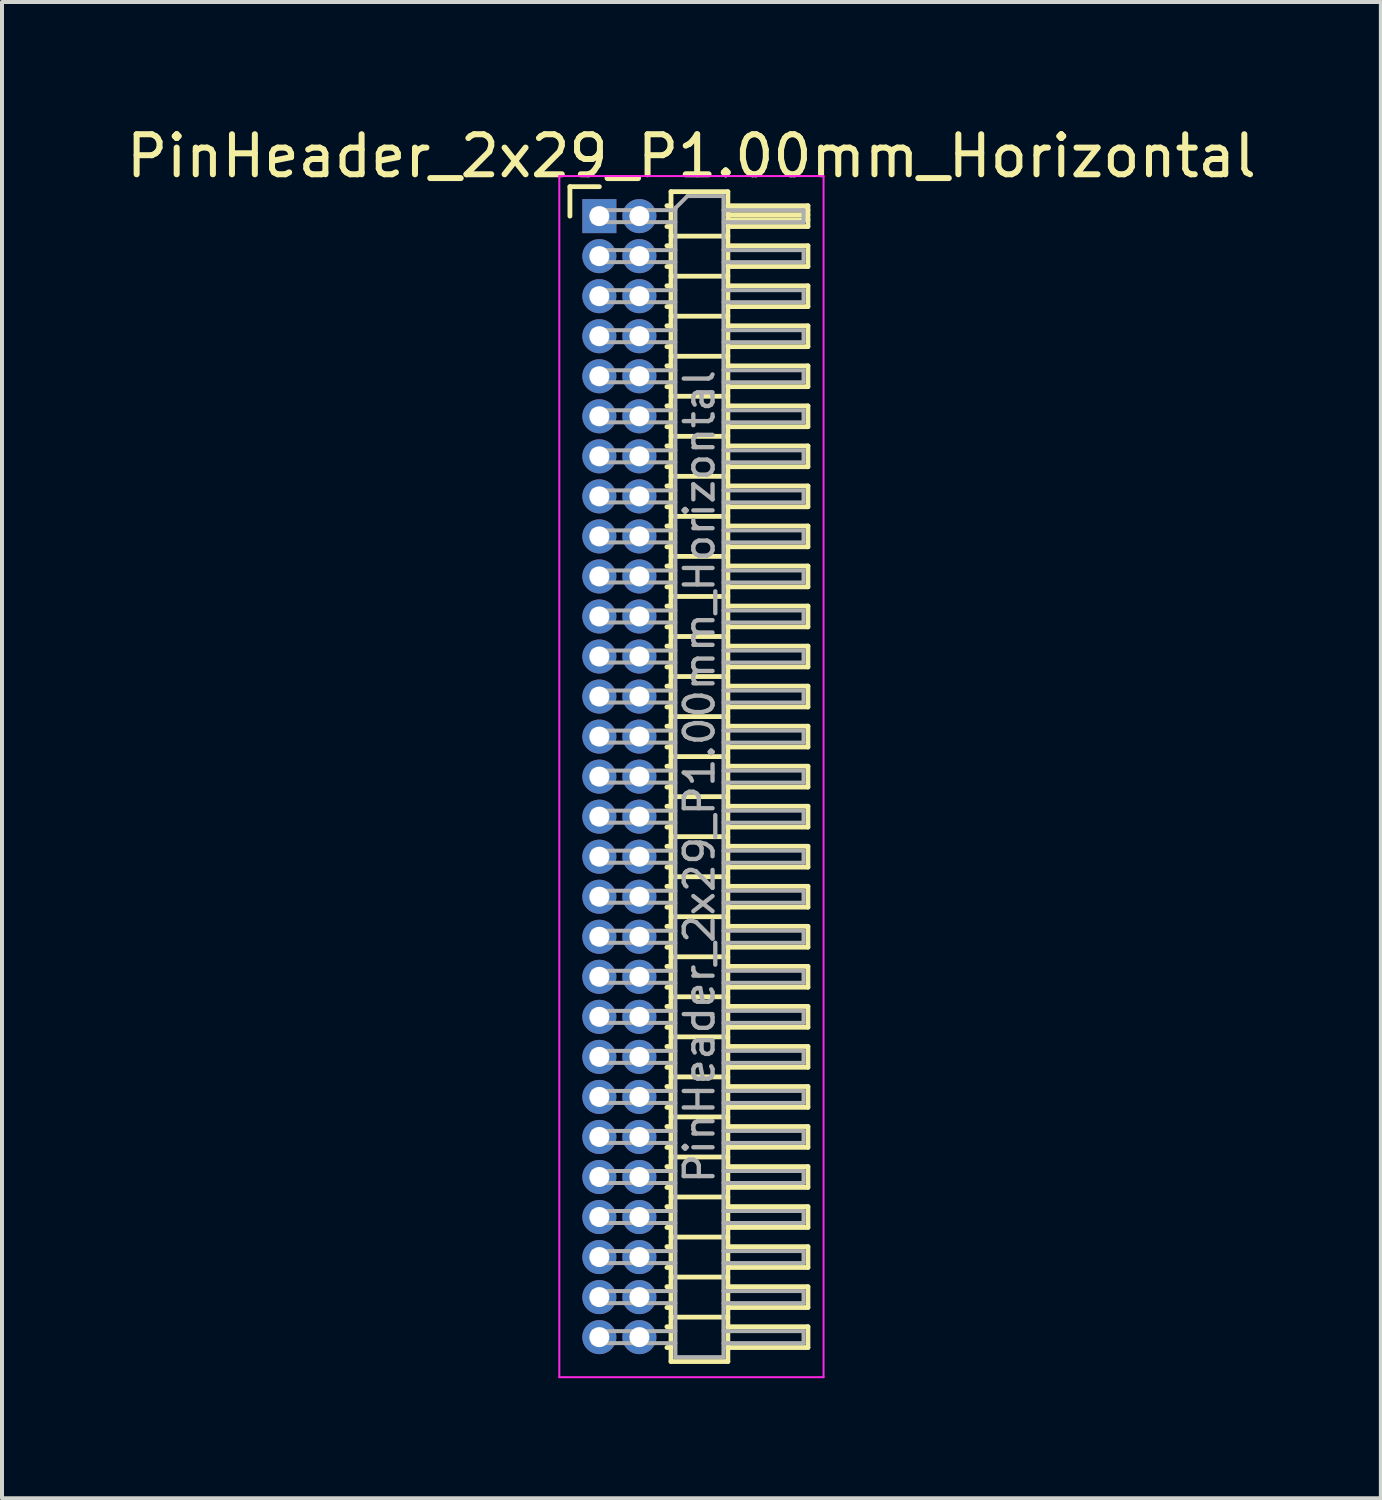
<source format=kicad_pcb>
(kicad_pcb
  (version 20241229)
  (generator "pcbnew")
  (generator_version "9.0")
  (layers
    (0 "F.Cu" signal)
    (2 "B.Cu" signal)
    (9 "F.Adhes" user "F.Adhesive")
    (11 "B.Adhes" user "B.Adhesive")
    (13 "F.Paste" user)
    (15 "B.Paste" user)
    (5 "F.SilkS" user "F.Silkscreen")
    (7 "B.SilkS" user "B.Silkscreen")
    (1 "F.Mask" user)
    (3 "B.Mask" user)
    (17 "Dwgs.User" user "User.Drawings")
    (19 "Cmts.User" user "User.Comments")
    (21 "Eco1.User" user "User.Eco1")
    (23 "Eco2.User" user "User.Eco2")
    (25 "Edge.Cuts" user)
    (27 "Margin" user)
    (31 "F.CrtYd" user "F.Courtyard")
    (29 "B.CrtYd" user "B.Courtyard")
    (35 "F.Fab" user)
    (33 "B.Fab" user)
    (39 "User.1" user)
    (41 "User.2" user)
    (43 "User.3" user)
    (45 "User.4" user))
  (footprint "PinHeader_2x29_P1.00mm_Horizontal"
    (layer "F.Cu")
    (at 11.92 2.348)
    (property "Reference" "PinHeader_2x29_P1.00mm_Horizontal" (at 2.3 -1.5 0) (layer "F.SilkS") (effects (font (size 1 1) (thickness 0.15))))
    (attr through_hole)
    (fp_line (start -0.735 -0.735) (end 0 -0.735) (stroke (width 0.12) (type solid)) (layer "F.SilkS"))
    (fp_line (start -0.735 0) (end -0.735 -0.735) (stroke (width 0.12) (type solid)) (layer "F.SilkS"))
    (fp_line (start 1.687 -0.26) (end 1.79 -0.26) (stroke (width 0.12) (type solid)) (layer "F.SilkS"))
    (fp_line (start 1.687 0.26) (end 1.79 0.26) (stroke (width 0.12) (type solid)) (layer "F.SilkS"))
    (fp_line (start 1.687 0.74) (end 1.79 0.74) (stroke (width 0.12) (type solid)) (layer "F.SilkS"))
    (fp_line (start 1.687 1.26) (end 1.79 1.26) (stroke (width 0.12) (type solid)) (layer "F.SilkS"))
    (fp_line (start 1.687 1.74) (end 1.79 1.74) (stroke (width 0.12) (type solid)) (layer "F.SilkS"))
    (fp_line (start 1.687 2.26) (end 1.79 2.26) (stroke (width 0.12) (type solid)) (layer "F.SilkS"))
    (fp_line (start 1.687 2.74) (end 1.79 2.74) (stroke (width 0.12) (type solid)) (layer "F.SilkS"))
    (fp_line (start 1.687 3.26) (end 1.79 3.26) (stroke (width 0.12) (type solid)) (layer "F.SilkS"))
    (fp_line (start 1.687 3.74) (end 1.79 3.74) (stroke (width 0.12) (type solid)) (layer "F.SilkS"))
    (fp_line (start 1.687 4.26) (end 1.79 4.26) (stroke (width 0.12) (type solid)) (layer "F.SilkS"))
    (fp_line (start 1.687 4.74) (end 1.79 4.74) (stroke (width 0.12) (type solid)) (layer "F.SilkS"))
    (fp_line (start 1.687 5.26) (end 1.79 5.26) (stroke (width 0.12) (type solid)) (layer "F.SilkS"))
    (fp_line (start 1.687 5.74) (end 1.79 5.74) (stroke (width 0.12) (type solid)) (layer "F.SilkS"))
    (fp_line (start 1.687 6.26) (end 1.79 6.26) (stroke (width 0.12) (type solid)) (layer "F.SilkS"))
    (fp_line (start 1.687 6.74) (end 1.79 6.74) (stroke (width 0.12) (type solid)) (layer "F.SilkS"))
    (fp_line (start 1.687 7.26) (end 1.79 7.26) (stroke (width 0.12) (type solid)) (layer "F.SilkS"))
    (fp_line (start 1.687 7.74) (end 1.79 7.74) (stroke (width 0.12) (type solid)) (layer "F.SilkS"))
    (fp_line (start 1.687 8.26) (end 1.79 8.26) (stroke (width 0.12) (type solid)) (layer "F.SilkS"))
    (fp_line (start 1.687 8.74) (end 1.79 8.74) (stroke (width 0.12) (type solid)) (layer "F.SilkS"))
    (fp_line (start 1.687 9.26) (end 1.79 9.26) (stroke (width 0.12) (type solid)) (layer "F.SilkS"))
    (fp_line (start 1.687 9.74) (end 1.79 9.74) (stroke (width 0.12) (type solid)) (layer "F.SilkS"))
    (fp_line (start 1.687 10.26) (end 1.79 10.26) (stroke (width 0.12) (type solid)) (layer "F.SilkS"))
    (fp_line (start 1.687 10.74) (end 1.79 10.74) (stroke (width 0.12) (type solid)) (layer "F.SilkS"))
    (fp_line (start 1.687 11.26) (end 1.79 11.26) (stroke (width 0.12) (type solid)) (layer "F.SilkS"))
    (fp_line (start 1.687 11.74) (end 1.79 11.74) (stroke (width 0.12) (type solid)) (layer "F.SilkS"))
    (fp_line (start 1.687 12.26) (end 1.79 12.26) (stroke (width 0.12) (type solid)) (layer "F.SilkS"))
    (fp_line (start 1.687 12.74) (end 1.79 12.74) (stroke (width 0.12) (type solid)) (layer "F.SilkS"))
    (fp_line (start 1.687 13.26) (end 1.79 13.26) (stroke (width 0.12) (type solid)) (layer "F.SilkS"))
    (fp_line (start 1.687 13.74) (end 1.79 13.74) (stroke (width 0.12) (type solid)) (layer "F.SilkS"))
    (fp_line (start 1.687 14.26) (end 1.79 14.26) (stroke (width 0.12) (type solid)) (layer "F.SilkS"))
    (fp_line (start 1.687 14.74) (end 1.79 14.74) (stroke (width 0.12) (type solid)) (layer "F.SilkS"))
    (fp_line (start 1.687 15.26) (end 1.79 15.26) (stroke (width 0.12) (type solid)) (layer "F.SilkS"))
    (fp_line (start 1.687 15.74) (end 1.79 15.74) (stroke (width 0.12) (type solid)) (layer "F.SilkS"))
    (fp_line (start 1.687 16.26) (end 1.79 16.26) (stroke (width 0.12) (type solid)) (layer "F.SilkS"))
    (fp_line (start 1.687 16.74) (end 1.79 16.74) (stroke (width 0.12) (type solid)) (layer "F.SilkS"))
    (fp_line (start 1.687 17.26) (end 1.79 17.26) (stroke (width 0.12) (type solid)) (layer "F.SilkS"))
    (fp_line (start 1.687 17.74) (end 1.79 17.74) (stroke (width 0.12) (type solid)) (layer "F.SilkS"))
    (fp_line (start 1.687 18.26) (end 1.79 18.26) (stroke (width 0.12) (type solid)) (layer "F.SilkS"))
    (fp_line (start 1.687 18.74) (end 1.79 18.74) (stroke (width 0.12) (type solid)) (layer "F.SilkS"))
    (fp_line (start 1.687 19.26) (end 1.79 19.26) (stroke (width 0.12) (type solid)) (layer "F.SilkS"))
    (fp_line (start 1.687 19.74) (end 1.79 19.74) (stroke (width 0.12) (type solid)) (layer "F.SilkS"))
    (fp_line (start 1.687 20.26) (end 1.79 20.26) (stroke (width 0.12) (type solid)) (layer "F.SilkS"))
    (fp_line (start 1.687 20.74) (end 1.79 20.74) (stroke (width 0.12) (type solid)) (layer "F.SilkS"))
    (fp_line (start 1.687 21.26) (end 1.79 21.26) (stroke (width 0.12) (type solid)) (layer "F.SilkS"))
    (fp_line (start 1.687 21.74) (end 1.79 21.74) (stroke (width 0.12) (type solid)) (layer "F.SilkS"))
    (fp_line (start 1.687 22.26) (end 1.79 22.26) (stroke (width 0.12) (type solid)) (layer "F.SilkS"))
    (fp_line (start 1.687 22.74) (end 1.79 22.74) (stroke (width 0.12) (type solid)) (layer "F.SilkS"))
    (fp_line (start 1.687 23.26) (end 1.79 23.26) (stroke (width 0.12) (type solid)) (layer "F.SilkS"))
    (fp_line (start 1.687 23.74) (end 1.79 23.74) (stroke (width 0.12) (type solid)) (layer "F.SilkS"))
    (fp_line (start 1.687 24.26) (end 1.79 24.26) (stroke (width 0.12) (type solid)) (layer "F.SilkS"))
    (fp_line (start 1.687 24.74) (end 1.79 24.74) (stroke (width 0.12) (type solid)) (layer "F.SilkS"))
    (fp_line (start 1.687 25.26) (end 1.79 25.26) (stroke (width 0.12) (type solid)) (layer "F.SilkS"))
    (fp_line (start 1.687 25.74) (end 1.79 25.74) (stroke (width 0.12) (type solid)) (layer "F.SilkS"))
    (fp_line (start 1.687 26.26) (end 1.79 26.26) (stroke (width 0.12) (type solid)) (layer "F.SilkS"))
    (fp_line (start 1.687 26.74) (end 1.79 26.74) (stroke (width 0.12) (type solid)) (layer "F.SilkS"))
    (fp_line (start 1.687 27.26) (end 1.79 27.26) (stroke (width 0.12) (type solid)) (layer "F.SilkS"))
    (fp_line (start 1.687 27.74) (end 1.79 27.74) (stroke (width 0.12) (type solid)) (layer "F.SilkS"))
    (fp_line (start 1.687 28.26) (end 1.79 28.26) (stroke (width 0.12) (type solid)) (layer "F.SilkS"))
    (fp_line (start 1.79 -0.61) (end 1.79 28.61) (stroke (width 0.12) (type solid)) (layer "F.SilkS"))
    (fp_line (start 1.79 0.5) (end 3.21 0.5) (stroke (width 0.12) (type solid)) (layer "F.SilkS"))
    (fp_line (start 1.79 1.5) (end 3.21 1.5) (stroke (width 0.12) (type solid)) (layer "F.SilkS"))
    (fp_line (start 1.79 2.5) (end 3.21 2.5) (stroke (width 0.12) (type solid)) (layer "F.SilkS"))
    (fp_line (start 1.79 3.5) (end 3.21 3.5) (stroke (width 0.12) (type solid)) (layer "F.SilkS"))
    (fp_line (start 1.79 4.5) (end 3.21 4.5) (stroke (width 0.12) (type solid)) (layer "F.SilkS"))
    (fp_line (start 1.79 5.5) (end 3.21 5.5) (stroke (width 0.12) (type solid)) (layer "F.SilkS"))
    (fp_line (start 1.79 6.5) (end 3.21 6.5) (stroke (width 0.12) (type solid)) (layer "F.SilkS"))
    (fp_line (start 1.79 7.5) (end 3.21 7.5) (stroke (width 0.12) (type solid)) (layer "F.SilkS"))
    (fp_line (start 1.79 8.5) (end 3.21 8.5) (stroke (width 0.12) (type solid)) (layer "F.SilkS"))
    (fp_line (start 1.79 9.5) (end 3.21 9.5) (stroke (width 0.12) (type solid)) (layer "F.SilkS"))
    (fp_line (start 1.79 10.5) (end 3.21 10.5) (stroke (width 0.12) (type solid)) (layer "F.SilkS"))
    (fp_line (start 1.79 11.5) (end 3.21 11.5) (stroke (width 0.12) (type solid)) (layer "F.SilkS"))
    (fp_line (start 1.79 12.5) (end 3.21 12.5) (stroke (width 0.12) (type solid)) (layer "F.SilkS"))
    (fp_line (start 1.79 13.5) (end 3.21 13.5) (stroke (width 0.12) (type solid)) (layer "F.SilkS"))
    (fp_line (start 1.79 14.5) (end 3.21 14.5) (stroke (width 0.12) (type solid)) (layer "F.SilkS"))
    (fp_line (start 1.79 15.5) (end 3.21 15.5) (stroke (width 0.12) (type solid)) (layer "F.SilkS"))
    (fp_line (start 1.79 16.5) (end 3.21 16.5) (stroke (width 0.12) (type solid)) (layer "F.SilkS"))
    (fp_line (start 1.79 17.5) (end 3.21 17.5) (stroke (width 0.12) (type solid)) (layer "F.SilkS"))
    (fp_line (start 1.79 18.5) (end 3.21 18.5) (stroke (width 0.12) (type solid)) (layer "F.SilkS"))
    (fp_line (start 1.79 19.5) (end 3.21 19.5) (stroke (width 0.12) (type solid)) (layer "F.SilkS"))
    (fp_line (start 1.79 20.5) (end 3.21 20.5) (stroke (width 0.12) (type solid)) (layer "F.SilkS"))
    (fp_line (start 1.79 21.5) (end 3.21 21.5) (stroke (width 0.12) (type solid)) (layer "F.SilkS"))
    (fp_line (start 1.79 22.5) (end 3.21 22.5) (stroke (width 0.12) (type solid)) (layer "F.SilkS"))
    (fp_line (start 1.79 23.5) (end 3.21 23.5) (stroke (width 0.12) (type solid)) (layer "F.SilkS"))
    (fp_line (start 1.79 24.5) (end 3.21 24.5) (stroke (width 0.12) (type solid)) (layer "F.SilkS"))
    (fp_line (start 1.79 25.5) (end 3.21 25.5) (stroke (width 0.12) (type solid)) (layer "F.SilkS"))
    (fp_line (start 1.79 26.5) (end 3.21 26.5) (stroke (width 0.12) (type solid)) (layer "F.SilkS"))
    (fp_line (start 1.79 27.5) (end 3.21 27.5) (stroke (width 0.12) (type solid)) (layer "F.SilkS"))
    (fp_line (start 1.79 28.61) (end 3.21 28.61) (stroke (width 0.12) (type solid)) (layer "F.SilkS"))
    (fp_line (start 3.21 -0.61) (end 1.79 -0.61) (stroke (width 0.12) (type solid)) (layer "F.SilkS"))
    (fp_line (start 3.21 -0.26) (end 5.21 -0.26) (stroke (width 0.12) (type solid)) (layer "F.SilkS"))
    (fp_line (start 3.21 -0.15) (end 5.21 -0.15) (stroke (width 0.12) (type solid)) (layer "F.SilkS"))
    (fp_line (start 3.21 -0.03) (end 5.21 -0.03) (stroke (width 0.12) (type solid)) (layer "F.SilkS"))
    (fp_line (start 3.21 0.09) (end 5.21 0.09) (stroke (width 0.12) (type solid)) (layer "F.SilkS"))
    (fp_line (start 3.21 0.74) (end 5.21 0.74) (stroke (width 0.12) (type solid)) (layer "F.SilkS"))
    (fp_line (start 3.21 1.74) (end 5.21 1.74) (stroke (width 0.12) (type solid)) (layer "F.SilkS"))
    (fp_line (start 3.21 2.74) (end 5.21 2.74) (stroke (width 0.12) (type solid)) (layer "F.SilkS"))
    (fp_line (start 3.21 3.74) (end 5.21 3.74) (stroke (width 0.12) (type solid)) (layer "F.SilkS"))
    (fp_line (start 3.21 4.74) (end 5.21 4.74) (stroke (width 0.12) (type solid)) (layer "F.SilkS"))
    (fp_line (start 3.21 5.74) (end 5.21 5.74) (stroke (width 0.12) (type solid)) (layer "F.SilkS"))
    (fp_line (start 3.21 6.74) (end 5.21 6.74) (stroke (width 0.12) (type solid)) (layer "F.SilkS"))
    (fp_line (start 3.21 7.74) (end 5.21 7.74) (stroke (width 0.12) (type solid)) (layer "F.SilkS"))
    (fp_line (start 3.21 8.74) (end 5.21 8.74) (stroke (width 0.12) (type solid)) (layer "F.SilkS"))
    (fp_line (start 3.21 9.74) (end 5.21 9.74) (stroke (width 0.12) (type solid)) (layer "F.SilkS"))
    (fp_line (start 3.21 10.74) (end 5.21 10.74) (stroke (width 0.12) (type solid)) (layer "F.SilkS"))
    (fp_line (start 3.21 11.74) (end 5.21 11.74) (stroke (width 0.12) (type solid)) (layer "F.SilkS"))
    (fp_line (start 3.21 12.74) (end 5.21 12.74) (stroke (width 0.12) (type solid)) (layer "F.SilkS"))
    (fp_line (start 3.21 13.74) (end 5.21 13.74) (stroke (width 0.12) (type solid)) (layer "F.SilkS"))
    (fp_line (start 3.21 14.74) (end 5.21 14.74) (stroke (width 0.12) (type solid)) (layer "F.SilkS"))
    (fp_line (start 3.21 15.74) (end 5.21 15.74) (stroke (width 0.12) (type solid)) (layer "F.SilkS"))
    (fp_line (start 3.21 16.74) (end 5.21 16.74) (stroke (width 0.12) (type solid)) (layer "F.SilkS"))
    (fp_line (start 3.21 17.74) (end 5.21 17.74) (stroke (width 0.12) (type solid)) (layer "F.SilkS"))
    (fp_line (start 3.21 18.74) (end 5.21 18.74) (stroke (width 0.12) (type solid)) (layer "F.SilkS"))
    (fp_line (start 3.21 19.74) (end 5.21 19.74) (stroke (width 0.12) (type solid)) (layer "F.SilkS"))
    (fp_line (start 3.21 20.74) (end 5.21 20.74) (stroke (width 0.12) (type solid)) (layer "F.SilkS"))
    (fp_line (start 3.21 21.74) (end 5.21 21.74) (stroke (width 0.12) (type solid)) (layer "F.SilkS"))
    (fp_line (start 3.21 22.74) (end 5.21 22.74) (stroke (width 0.12) (type solid)) (layer "F.SilkS"))
    (fp_line (start 3.21 23.74) (end 5.21 23.74) (stroke (width 0.12) (type solid)) (layer "F.SilkS"))
    (fp_line (start 3.21 24.74) (end 5.21 24.74) (stroke (width 0.12) (type solid)) (layer "F.SilkS"))
    (fp_line (start 3.21 25.74) (end 5.21 25.74) (stroke (width 0.12) (type solid)) (layer "F.SilkS"))
    (fp_line (start 3.21 26.74) (end 5.21 26.74) (stroke (width 0.12) (type solid)) (layer "F.SilkS"))
    (fp_line (start 3.21 27.74) (end 5.21 27.74) (stroke (width 0.12) (type solid)) (layer "F.SilkS"))
    (fp_line (start 3.21 28.61) (end 3.21 -0.61) (stroke (width 0.12) (type solid)) (layer "F.SilkS"))
    (fp_line (start 5.21 -0.26) (end 5.21 0.26) (stroke (width 0.12) (type solid)) (layer "F.SilkS"))
    (fp_line (start 5.21 0.26) (end 3.21 0.26) (stroke (width 0.12) (type solid)) (layer "F.SilkS"))
    (fp_line (start 5.21 0.74) (end 5.21 1.26) (stroke (width 0.12) (type solid)) (layer "F.SilkS"))
    (fp_line (start 5.21 1.26) (end 3.21 1.26) (stroke (width 0.12) (type solid)) (layer "F.SilkS"))
    (fp_line (start 5.21 1.74) (end 5.21 2.26) (stroke (width 0.12) (type solid)) (layer "F.SilkS"))
    (fp_line (start 5.21 2.26) (end 3.21 2.26) (stroke (width 0.12) (type solid)) (layer "F.SilkS"))
    (fp_line (start 5.21 2.74) (end 5.21 3.26) (stroke (width 0.12) (type solid)) (layer "F.SilkS"))
    (fp_line (start 5.21 3.26) (end 3.21 3.26) (stroke (width 0.12) (type solid)) (layer "F.SilkS"))
    (fp_line (start 5.21 3.74) (end 5.21 4.26) (stroke (width 0.12) (type solid)) (layer "F.SilkS"))
    (fp_line (start 5.21 4.26) (end 3.21 4.26) (stroke (width 0.12) (type solid)) (layer "F.SilkS"))
    (fp_line (start 5.21 4.74) (end 5.21 5.26) (stroke (width 0.12) (type solid)) (layer "F.SilkS"))
    (fp_line (start 5.21 5.26) (end 3.21 5.26) (stroke (width 0.12) (type solid)) (layer "F.SilkS"))
    (fp_line (start 5.21 5.74) (end 5.21 6.26) (stroke (width 0.12) (type solid)) (layer "F.SilkS"))
    (fp_line (start 5.21 6.26) (end 3.21 6.26) (stroke (width 0.12) (type solid)) (layer "F.SilkS"))
    (fp_line (start 5.21 6.74) (end 5.21 7.26) (stroke (width 0.12) (type solid)) (layer "F.SilkS"))
    (fp_line (start 5.21 7.26) (end 3.21 7.26) (stroke (width 0.12) (type solid)) (layer "F.SilkS"))
    (fp_line (start 5.21 7.74) (end 5.21 8.26) (stroke (width 0.12) (type solid)) (layer "F.SilkS"))
    (fp_line (start 5.21 8.26) (end 3.21 8.26) (stroke (width 0.12) (type solid)) (layer "F.SilkS"))
    (fp_line (start 5.21 8.74) (end 5.21 9.26) (stroke (width 0.12) (type solid)) (layer "F.SilkS"))
    (fp_line (start 5.21 9.26) (end 3.21 9.26) (stroke (width 0.12) (type solid)) (layer "F.SilkS"))
    (fp_line (start 5.21 9.74) (end 5.21 10.26) (stroke (width 0.12) (type solid)) (layer "F.SilkS"))
    (fp_line (start 5.21 10.26) (end 3.21 10.26) (stroke (width 0.12) (type solid)) (layer "F.SilkS"))
    (fp_line (start 5.21 10.74) (end 5.21 11.26) (stroke (width 0.12) (type solid)) (layer "F.SilkS"))
    (fp_line (start 5.21 11.26) (end 3.21 11.26) (stroke (width 0.12) (type solid)) (layer "F.SilkS"))
    (fp_line (start 5.21 11.74) (end 5.21 12.26) (stroke (width 0.12) (type solid)) (layer "F.SilkS"))
    (fp_line (start 5.21 12.26) (end 3.21 12.26) (stroke (width 0.12) (type solid)) (layer "F.SilkS"))
    (fp_line (start 5.21 12.74) (end 5.21 13.26) (stroke (width 0.12) (type solid)) (layer "F.SilkS"))
    (fp_line (start 5.21 13.26) (end 3.21 13.26) (stroke (width 0.12) (type solid)) (layer "F.SilkS"))
    (fp_line (start 5.21 13.74) (end 5.21 14.26) (stroke (width 0.12) (type solid)) (layer "F.SilkS"))
    (fp_line (start 5.21 14.26) (end 3.21 14.26) (stroke (width 0.12) (type solid)) (layer "F.SilkS"))
    (fp_line (start 5.21 14.74) (end 5.21 15.26) (stroke (width 0.12) (type solid)) (layer "F.SilkS"))
    (fp_line (start 5.21 15.26) (end 3.21 15.26) (stroke (width 0.12) (type solid)) (layer "F.SilkS"))
    (fp_line (start 5.21 15.74) (end 5.21 16.26) (stroke (width 0.12) (type solid)) (layer "F.SilkS"))
    (fp_line (start 5.21 16.26) (end 3.21 16.26) (stroke (width 0.12) (type solid)) (layer "F.SilkS"))
    (fp_line (start 5.21 16.74) (end 5.21 17.26) (stroke (width 0.12) (type solid)) (layer "F.SilkS"))
    (fp_line (start 5.21 17.26) (end 3.21 17.26) (stroke (width 0.12) (type solid)) (layer "F.SilkS"))
    (fp_line (start 5.21 17.74) (end 5.21 18.26) (stroke (width 0.12) (type solid)) (layer "F.SilkS"))
    (fp_line (start 5.21 18.26) (end 3.21 18.26) (stroke (width 0.12) (type solid)) (layer "F.SilkS"))
    (fp_line (start 5.21 18.74) (end 5.21 19.26) (stroke (width 0.12) (type solid)) (layer "F.SilkS"))
    (fp_line (start 5.21 19.26) (end 3.21 19.26) (stroke (width 0.12) (type solid)) (layer "F.SilkS"))
    (fp_line (start 5.21 19.74) (end 5.21 20.26) (stroke (width 0.12) (type solid)) (layer "F.SilkS"))
    (fp_line (start 5.21 20.26) (end 3.21 20.26) (stroke (width 0.12) (type solid)) (layer "F.SilkS"))
    (fp_line (start 5.21 20.74) (end 5.21 21.26) (stroke (width 0.12) (type solid)) (layer "F.SilkS"))
    (fp_line (start 5.21 21.26) (end 3.21 21.26) (stroke (width 0.12) (type solid)) (layer "F.SilkS"))
    (fp_line (start 5.21 21.74) (end 5.21 22.26) (stroke (width 0.12) (type solid)) (layer "F.SilkS"))
    (fp_line (start 5.21 22.26) (end 3.21 22.26) (stroke (width 0.12) (type solid)) (layer "F.SilkS"))
    (fp_line (start 5.21 22.74) (end 5.21 23.26) (stroke (width 0.12) (type solid)) (layer "F.SilkS"))
    (fp_line (start 5.21 23.26) (end 3.21 23.26) (stroke (width 0.12) (type solid)) (layer "F.SilkS"))
    (fp_line (start 5.21 23.74) (end 5.21 24.26) (stroke (width 0.12) (type solid)) (layer "F.SilkS"))
    (fp_line (start 5.21 24.26) (end 3.21 24.26) (stroke (width 0.12) (type solid)) (layer "F.SilkS"))
    (fp_line (start 5.21 24.74) (end 5.21 25.26) (stroke (width 0.12) (type solid)) (layer "F.SilkS"))
    (fp_line (start 5.21 25.26) (end 3.21 25.26) (stroke (width 0.12) (type solid)) (layer "F.SilkS"))
    (fp_line (start 5.21 25.74) (end 5.21 26.26) (stroke (width 0.12) (type solid)) (layer "F.SilkS"))
    (fp_line (start 5.21 26.26) (end 3.21 26.26) (stroke (width 0.12) (type solid)) (layer "F.SilkS"))
    (fp_line (start 5.21 26.74) (end 5.21 27.26) (stroke (width 0.12) (type solid)) (layer "F.SilkS"))
    (fp_line (start 5.21 27.26) (end 3.21 27.26) (stroke (width 0.12) (type solid)) (layer "F.SilkS"))
    (fp_line (start 5.21 27.74) (end 5.21 28.26) (stroke (width 0.12) (type solid)) (layer "F.SilkS"))
    (fp_line (start 5.21 28.26) (end 3.21 28.26) (stroke (width 0.12) (type solid)) (layer "F.SilkS"))
    (fp_line (start -1 -1) (end -1 29) (stroke (width 0.05) (type solid)) (layer "F.CrtYd"))
    (fp_line (start -1 29) (end 5.6 29) (stroke (width 0.05) (type solid)) (layer "F.CrtYd"))
    (fp_line (start 5.6 -1) (end -1 -1) (stroke (width 0.05) (type solid)) (layer "F.CrtYd"))
    (fp_line (start 5.6 29) (end 5.6 -1) (stroke (width 0.05) (type solid)) (layer "F.CrtYd"))
    (fp_line (start -0.15 -0.15) (end -0.15 0.15) (stroke (width 0.1) (type solid)) (layer "F.Fab"))
    (fp_line (start -0.15 -0.15) (end 1.9 -0.15) (stroke (width 0.1) (type solid)) (layer "F.Fab"))
    (fp_line (start -0.15 0.15) (end 1.9 0.15) (stroke (width 0.1) (type solid)) (layer "F.Fab"))
    (fp_line (start -0.15 0.85) (end -0.15 1.15) (stroke (width 0.1) (type solid)) (layer "F.Fab"))
    (fp_line (start -0.15 0.85) (end 1.9 0.85) (stroke (width 0.1) (type solid)) (layer "F.Fab"))
    (fp_line (start -0.15 1.15) (end 1.9 1.15) (stroke (width 0.1) (type solid)) (layer "F.Fab"))
    (fp_line (start -0.15 1.85) (end -0.15 2.15) (stroke (width 0.1) (type solid)) (layer "F.Fab"))
    (fp_line (start -0.15 1.85) (end 1.9 1.85) (stroke (width 0.1) (type solid)) (layer "F.Fab"))
    (fp_line (start -0.15 2.15) (end 1.9 2.15) (stroke (width 0.1) (type solid)) (layer "F.Fab"))
    (fp_line (start -0.15 2.85) (end -0.15 3.15) (stroke (width 0.1) (type solid)) (layer "F.Fab"))
    (fp_line (start -0.15 2.85) (end 1.9 2.85) (stroke (width 0.1) (type solid)) (layer "F.Fab"))
    (fp_line (start -0.15 3.15) (end 1.9 3.15) (stroke (width 0.1) (type solid)) (layer "F.Fab"))
    (fp_line (start -0.15 3.85) (end -0.15 4.15) (stroke (width 0.1) (type solid)) (layer "F.Fab"))
    (fp_line (start -0.15 3.85) (end 1.9 3.85) (stroke (width 0.1) (type solid)) (layer "F.Fab"))
    (fp_line (start -0.15 4.15) (end 1.9 4.15) (stroke (width 0.1) (type solid)) (layer "F.Fab"))
    (fp_line (start -0.15 4.85) (end -0.15 5.15) (stroke (width 0.1) (type solid)) (layer "F.Fab"))
    (fp_line (start -0.15 4.85) (end 1.9 4.85) (stroke (width 0.1) (type solid)) (layer "F.Fab"))
    (fp_line (start -0.15 5.15) (end 1.9 5.15) (stroke (width 0.1) (type solid)) (layer "F.Fab"))
    (fp_line (start -0.15 5.85) (end -0.15 6.15) (stroke (width 0.1) (type solid)) (layer "F.Fab"))
    (fp_line (start -0.15 5.85) (end 1.9 5.85) (stroke (width 0.1) (type solid)) (layer "F.Fab"))
    (fp_line (start -0.15 6.15) (end 1.9 6.15) (stroke (width 0.1) (type solid)) (layer "F.Fab"))
    (fp_line (start -0.15 6.85) (end -0.15 7.15) (stroke (width 0.1) (type solid)) (layer "F.Fab"))
    (fp_line (start -0.15 6.85) (end 1.9 6.85) (stroke (width 0.1) (type solid)) (layer "F.Fab"))
    (fp_line (start -0.15 7.15) (end 1.9 7.15) (stroke (width 0.1) (type solid)) (layer "F.Fab"))
    (fp_line (start -0.15 7.85) (end -0.15 8.15) (stroke (width 0.1) (type solid)) (layer "F.Fab"))
    (fp_line (start -0.15 7.85) (end 1.9 7.85) (stroke (width 0.1) (type solid)) (layer "F.Fab"))
    (fp_line (start -0.15 8.15) (end 1.9 8.15) (stroke (width 0.1) (type solid)) (layer "F.Fab"))
    (fp_line (start -0.15 8.85) (end -0.15 9.15) (stroke (width 0.1) (type solid)) (layer "F.Fab"))
    (fp_line (start -0.15 8.85) (end 1.9 8.85) (stroke (width 0.1) (type solid)) (layer "F.Fab"))
    (fp_line (start -0.15 9.15) (end 1.9 9.15) (stroke (width 0.1) (type solid)) (layer "F.Fab"))
    (fp_line (start -0.15 9.85) (end -0.15 10.15) (stroke (width 0.1) (type solid)) (layer "F.Fab"))
    (fp_line (start -0.15 9.85) (end 1.9 9.85) (stroke (width 0.1) (type solid)) (layer "F.Fab"))
    (fp_line (start -0.15 10.15) (end 1.9 10.15) (stroke (width 0.1) (type solid)) (layer "F.Fab"))
    (fp_line (start -0.15 10.85) (end -0.15 11.15) (stroke (width 0.1) (type solid)) (layer "F.Fab"))
    (fp_line (start -0.15 10.85) (end 1.9 10.85) (stroke (width 0.1) (type solid)) (layer "F.Fab"))
    (fp_line (start -0.15 11.15) (end 1.9 11.15) (stroke (width 0.1) (type solid)) (layer "F.Fab"))
    (fp_line (start -0.15 11.85) (end -0.15 12.15) (stroke (width 0.1) (type solid)) (layer "F.Fab"))
    (fp_line (start -0.15 11.85) (end 1.9 11.85) (stroke (width 0.1) (type solid)) (layer "F.Fab"))
    (fp_line (start -0.15 12.15) (end 1.9 12.15) (stroke (width 0.1) (type solid)) (layer "F.Fab"))
    (fp_line (start -0.15 12.85) (end -0.15 13.15) (stroke (width 0.1) (type solid)) (layer "F.Fab"))
    (fp_line (start -0.15 12.85) (end 1.9 12.85) (stroke (width 0.1) (type solid)) (layer "F.Fab"))
    (fp_line (start -0.15 13.15) (end 1.9 13.15) (stroke (width 0.1) (type solid)) (layer "F.Fab"))
    (fp_line (start -0.15 13.85) (end -0.15 14.15) (stroke (width 0.1) (type solid)) (layer "F.Fab"))
    (fp_line (start -0.15 13.85) (end 1.9 13.85) (stroke (width 0.1) (type solid)) (layer "F.Fab"))
    (fp_line (start -0.15 14.15) (end 1.9 14.15) (stroke (width 0.1) (type solid)) (layer "F.Fab"))
    (fp_line (start -0.15 14.85) (end -0.15 15.15) (stroke (width 0.1) (type solid)) (layer "F.Fab"))
    (fp_line (start -0.15 14.85) (end 1.9 14.85) (stroke (width 0.1) (type solid)) (layer "F.Fab"))
    (fp_line (start -0.15 15.15) (end 1.9 15.15) (stroke (width 0.1) (type solid)) (layer "F.Fab"))
    (fp_line (start -0.15 15.85) (end -0.15 16.15) (stroke (width 0.1) (type solid)) (layer "F.Fab"))
    (fp_line (start -0.15 15.85) (end 1.9 15.85) (stroke (width 0.1) (type solid)) (layer "F.Fab"))
    (fp_line (start -0.15 16.15) (end 1.9 16.15) (stroke (width 0.1) (type solid)) (layer "F.Fab"))
    (fp_line (start -0.15 16.85) (end -0.15 17.15) (stroke (width 0.1) (type solid)) (layer "F.Fab"))
    (fp_line (start -0.15 16.85) (end 1.9 16.85) (stroke (width 0.1) (type solid)) (layer "F.Fab"))
    (fp_line (start -0.15 17.15) (end 1.9 17.15) (stroke (width 0.1) (type solid)) (layer "F.Fab"))
    (fp_line (start -0.15 17.85) (end -0.15 18.15) (stroke (width 0.1) (type solid)) (layer "F.Fab"))
    (fp_line (start -0.15 17.85) (end 1.9 17.85) (stroke (width 0.1) (type solid)) (layer "F.Fab"))
    (fp_line (start -0.15 18.15) (end 1.9 18.15) (stroke (width 0.1) (type solid)) (layer "F.Fab"))
    (fp_line (start -0.15 18.85) (end -0.15 19.15) (stroke (width 0.1) (type solid)) (layer "F.Fab"))
    (fp_line (start -0.15 18.85) (end 1.9 18.85) (stroke (width 0.1) (type solid)) (layer "F.Fab"))
    (fp_line (start -0.15 19.15) (end 1.9 19.15) (stroke (width 0.1) (type solid)) (layer "F.Fab"))
    (fp_line (start -0.15 19.85) (end -0.15 20.15) (stroke (width 0.1) (type solid)) (layer "F.Fab"))
    (fp_line (start -0.15 19.85) (end 1.9 19.85) (stroke (width 0.1) (type solid)) (layer "F.Fab"))
    (fp_line (start -0.15 20.15) (end 1.9 20.15) (stroke (width 0.1) (type solid)) (layer "F.Fab"))
    (fp_line (start -0.15 20.85) (end -0.15 21.15) (stroke (width 0.1) (type solid)) (layer "F.Fab"))
    (fp_line (start -0.15 20.85) (end 1.9 20.85) (stroke (width 0.1) (type solid)) (layer "F.Fab"))
    (fp_line (start -0.15 21.15) (end 1.9 21.15) (stroke (width 0.1) (type solid)) (layer "F.Fab"))
    (fp_line (start -0.15 21.85) (end -0.15 22.15) (stroke (width 0.1) (type solid)) (layer "F.Fab"))
    (fp_line (start -0.15 21.85) (end 1.9 21.85) (stroke (width 0.1) (type solid)) (layer "F.Fab"))
    (fp_line (start -0.15 22.15) (end 1.9 22.15) (stroke (width 0.1) (type solid)) (layer "F.Fab"))
    (fp_line (start -0.15 22.85) (end -0.15 23.15) (stroke (width 0.1) (type solid)) (layer "F.Fab"))
    (fp_line (start -0.15 22.85) (end 1.9 22.85) (stroke (width 0.1) (type solid)) (layer "F.Fab"))
    (fp_line (start -0.15 23.15) (end 1.9 23.15) (stroke (width 0.1) (type solid)) (layer "F.Fab"))
    (fp_line (start -0.15 23.85) (end -0.15 24.15) (stroke (width 0.1) (type solid)) (layer "F.Fab"))
    (fp_line (start -0.15 23.85) (end 1.9 23.85) (stroke (width 0.1) (type solid)) (layer "F.Fab"))
    (fp_line (start -0.15 24.15) (end 1.9 24.15) (stroke (width 0.1) (type solid)) (layer "F.Fab"))
    (fp_line (start -0.15 24.85) (end -0.15 25.15) (stroke (width 0.1) (type solid)) (layer "F.Fab"))
    (fp_line (start -0.15 24.85) (end 1.9 24.85) (stroke (width 0.1) (type solid)) (layer "F.Fab"))
    (fp_line (start -0.15 25.15) (end 1.9 25.15) (stroke (width 0.1) (type solid)) (layer "F.Fab"))
    (fp_line (start -0.15 25.85) (end -0.15 26.15) (stroke (width 0.1) (type solid)) (layer "F.Fab"))
    (fp_line (start -0.15 25.85) (end 1.9 25.85) (stroke (width 0.1) (type solid)) (layer "F.Fab"))
    (fp_line (start -0.15 26.15) (end 1.9 26.15) (stroke (width 0.1) (type solid)) (layer "F.Fab"))
    (fp_line (start -0.15 26.85) (end -0.15 27.15) (stroke (width 0.1) (type solid)) (layer "F.Fab"))
    (fp_line (start -0.15 26.85) (end 1.9 26.85) (stroke (width 0.1) (type solid)) (layer "F.Fab"))
    (fp_line (start -0.15 27.15) (end 1.9 27.15) (stroke (width 0.1) (type solid)) (layer "F.Fab"))
    (fp_line (start -0.15 27.85) (end -0.15 28.15) (stroke (width 0.1) (type solid)) (layer "F.Fab"))
    (fp_line (start -0.15 27.85) (end 1.9 27.85) (stroke (width 0.1) (type solid)) (layer "F.Fab"))
    (fp_line (start -0.15 28.15) (end 1.9 28.15) (stroke (width 0.1) (type solid)) (layer "F.Fab"))
    (fp_line (start 1.9 -0.2) (end 2.2 -0.5) (stroke (width 0.1) (type solid)) (layer "F.Fab"))
    (fp_line (start 1.9 28.5) (end 1.9 -0.2) (stroke (width 0.1) (type solid)) (layer "F.Fab"))
    (fp_line (start 2.2 -0.5) (end 3.1 -0.5) (stroke (width 0.1) (type solid)) (layer "F.Fab"))
    (fp_line (start 3.1 -0.5) (end 3.1 28.5) (stroke (width 0.1) (type solid)) (layer "F.Fab"))
    (fp_line (start 3.1 -0.15) (end 5.1 -0.15) (stroke (width 0.1) (type solid)) (layer "F.Fab"))
    (fp_line (start 3.1 0.15) (end 5.1 0.15) (stroke (width 0.1) (type solid)) (layer "F.Fab"))
    (fp_line (start 3.1 0.85) (end 5.1 0.85) (stroke (width 0.1) (type solid)) (layer "F.Fab"))
    (fp_line (start 3.1 1.15) (end 5.1 1.15) (stroke (width 0.1) (type solid)) (layer "F.Fab"))
    (fp_line (start 3.1 1.85) (end 5.1 1.85) (stroke (width 0.1) (type solid)) (layer "F.Fab"))
    (fp_line (start 3.1 2.15) (end 5.1 2.15) (stroke (width 0.1) (type solid)) (layer "F.Fab"))
    (fp_line (start 3.1 2.85) (end 5.1 2.85) (stroke (width 0.1) (type solid)) (layer "F.Fab"))
    (fp_line (start 3.1 3.15) (end 5.1 3.15) (stroke (width 0.1) (type solid)) (layer "F.Fab"))
    (fp_line (start 3.1 3.85) (end 5.1 3.85) (stroke (width 0.1) (type solid)) (layer "F.Fab"))
    (fp_line (start 3.1 4.15) (end 5.1 4.15) (stroke (width 0.1) (type solid)) (layer "F.Fab"))
    (fp_line (start 3.1 4.85) (end 5.1 4.85) (stroke (width 0.1) (type solid)) (layer "F.Fab"))
    (fp_line (start 3.1 5.15) (end 5.1 5.15) (stroke (width 0.1) (type solid)) (layer "F.Fab"))
    (fp_line (start 3.1 5.85) (end 5.1 5.85) (stroke (width 0.1) (type solid)) (layer "F.Fab"))
    (fp_line (start 3.1 6.15) (end 5.1 6.15) (stroke (width 0.1) (type solid)) (layer "F.Fab"))
    (fp_line (start 3.1 6.85) (end 5.1 6.85) (stroke (width 0.1) (type solid)) (layer "F.Fab"))
    (fp_line (start 3.1 7.15) (end 5.1 7.15) (stroke (width 0.1) (type solid)) (layer "F.Fab"))
    (fp_line (start 3.1 7.85) (end 5.1 7.85) (stroke (width 0.1) (type solid)) (layer "F.Fab"))
    (fp_line (start 3.1 8.15) (end 5.1 8.15) (stroke (width 0.1) (type solid)) (layer "F.Fab"))
    (fp_line (start 3.1 8.85) (end 5.1 8.85) (stroke (width 0.1) (type solid)) (layer "F.Fab"))
    (fp_line (start 3.1 9.15) (end 5.1 9.15) (stroke (width 0.1) (type solid)) (layer "F.Fab"))
    (fp_line (start 3.1 9.85) (end 5.1 9.85) (stroke (width 0.1) (type solid)) (layer "F.Fab"))
    (fp_line (start 3.1 10.15) (end 5.1 10.15) (stroke (width 0.1) (type solid)) (layer "F.Fab"))
    (fp_line (start 3.1 10.85) (end 5.1 10.85) (stroke (width 0.1) (type solid)) (layer "F.Fab"))
    (fp_line (start 3.1 11.15) (end 5.1 11.15) (stroke (width 0.1) (type solid)) (layer "F.Fab"))
    (fp_line (start 3.1 11.85) (end 5.1 11.85) (stroke (width 0.1) (type solid)) (layer "F.Fab"))
    (fp_line (start 3.1 12.15) (end 5.1 12.15) (stroke (width 0.1) (type solid)) (layer "F.Fab"))
    (fp_line (start 3.1 12.85) (end 5.1 12.85) (stroke (width 0.1) (type solid)) (layer "F.Fab"))
    (fp_line (start 3.1 13.15) (end 5.1 13.15) (stroke (width 0.1) (type solid)) (layer "F.Fab"))
    (fp_line (start 3.1 13.85) (end 5.1 13.85) (stroke (width 0.1) (type solid)) (layer "F.Fab"))
    (fp_line (start 3.1 14.15) (end 5.1 14.15) (stroke (width 0.1) (type solid)) (layer "F.Fab"))
    (fp_line (start 3.1 14.85) (end 5.1 14.85) (stroke (width 0.1) (type solid)) (layer "F.Fab"))
    (fp_line (start 3.1 15.15) (end 5.1 15.15) (stroke (width 0.1) (type solid)) (layer "F.Fab"))
    (fp_line (start 3.1 15.85) (end 5.1 15.85) (stroke (width 0.1) (type solid)) (layer "F.Fab"))
    (fp_line (start 3.1 16.15) (end 5.1 16.15) (stroke (width 0.1) (type solid)) (layer "F.Fab"))
    (fp_line (start 3.1 16.85) (end 5.1 16.85) (stroke (width 0.1) (type solid)) (layer "F.Fab"))
    (fp_line (start 3.1 17.15) (end 5.1 17.15) (stroke (width 0.1) (type solid)) (layer "F.Fab"))
    (fp_line (start 3.1 17.85) (end 5.1 17.85) (stroke (width 0.1) (type solid)) (layer "F.Fab"))
    (fp_line (start 3.1 18.15) (end 5.1 18.15) (stroke (width 0.1) (type solid)) (layer "F.Fab"))
    (fp_line (start 3.1 18.85) (end 5.1 18.85) (stroke (width 0.1) (type solid)) (layer "F.Fab"))
    (fp_line (start 3.1 19.15) (end 5.1 19.15) (stroke (width 0.1) (type solid)) (layer "F.Fab"))
    (fp_line (start 3.1 19.85) (end 5.1 19.85) (stroke (width 0.1) (type solid)) (layer "F.Fab"))
    (fp_line (start 3.1 20.15) (end 5.1 20.15) (stroke (width 0.1) (type solid)) (layer "F.Fab"))
    (fp_line (start 3.1 20.85) (end 5.1 20.85) (stroke (width 0.1) (type solid)) (layer "F.Fab"))
    (fp_line (start 3.1 21.15) (end 5.1 21.15) (stroke (width 0.1) (type solid)) (layer "F.Fab"))
    (fp_line (start 3.1 21.85) (end 5.1 21.85) (stroke (width 0.1) (type solid)) (layer "F.Fab"))
    (fp_line (start 3.1 22.15) (end 5.1 22.15) (stroke (width 0.1) (type solid)) (layer "F.Fab"))
    (fp_line (start 3.1 22.85) (end 5.1 22.85) (stroke (width 0.1) (type solid)) (layer "F.Fab"))
    (fp_line (start 3.1 23.15) (end 5.1 23.15) (stroke (width 0.1) (type solid)) (layer "F.Fab"))
    (fp_line (start 3.1 23.85) (end 5.1 23.85) (stroke (width 0.1) (type solid)) (layer "F.Fab"))
    (fp_line (start 3.1 24.15) (end 5.1 24.15) (stroke (width 0.1) (type solid)) (layer "F.Fab"))
    (fp_line (start 3.1 24.85) (end 5.1 24.85) (stroke (width 0.1) (type solid)) (layer "F.Fab"))
    (fp_line (start 3.1 25.15) (end 5.1 25.15) (stroke (width 0.1) (type solid)) (layer "F.Fab"))
    (fp_line (start 3.1 25.85) (end 5.1 25.85) (stroke (width 0.1) (type solid)) (layer "F.Fab"))
    (fp_line (start 3.1 26.15) (end 5.1 26.15) (stroke (width 0.1) (type solid)) (layer "F.Fab"))
    (fp_line (start 3.1 26.85) (end 5.1 26.85) (stroke (width 0.1) (type solid)) (layer "F.Fab"))
    (fp_line (start 3.1 27.15) (end 5.1 27.15) (stroke (width 0.1) (type solid)) (layer "F.Fab"))
    (fp_line (start 3.1 27.85) (end 5.1 27.85) (stroke (width 0.1) (type solid)) (layer "F.Fab"))
    (fp_line (start 3.1 28.15) (end 5.1 28.15) (stroke (width 0.1) (type solid)) (layer "F.Fab"))
    (fp_line (start 3.1 28.5) (end 1.9 28.5) (stroke (width 0.1) (type solid)) (layer "F.Fab"))
    (fp_line (start 5.1 -0.15) (end 5.1 0.15) (stroke (width 0.1) (type solid)) (layer "F.Fab"))
    (fp_line (start 5.1 0.85) (end 5.1 1.15) (stroke (width 0.1) (type solid)) (layer "F.Fab"))
    (fp_line (start 5.1 1.85) (end 5.1 2.15) (stroke (width 0.1) (type solid)) (layer "F.Fab"))
    (fp_line (start 5.1 2.85) (end 5.1 3.15) (stroke (width 0.1) (type solid)) (layer "F.Fab"))
    (fp_line (start 5.1 3.85) (end 5.1 4.15) (stroke (width 0.1) (type solid)) (layer "F.Fab"))
    (fp_line (start 5.1 4.85) (end 5.1 5.15) (stroke (width 0.1) (type solid)) (layer "F.Fab"))
    (fp_line (start 5.1 5.85) (end 5.1 6.15) (stroke (width 0.1) (type solid)) (layer "F.Fab"))
    (fp_line (start 5.1 6.85) (end 5.1 7.15) (stroke (width 0.1) (type solid)) (layer "F.Fab"))
    (fp_line (start 5.1 7.85) (end 5.1 8.15) (stroke (width 0.1) (type solid)) (layer "F.Fab"))
    (fp_line (start 5.1 8.85) (end 5.1 9.15) (stroke (width 0.1) (type solid)) (layer "F.Fab"))
    (fp_line (start 5.1 9.85) (end 5.1 10.15) (stroke (width 0.1) (type solid)) (layer "F.Fab"))
    (fp_line (start 5.1 10.85) (end 5.1 11.15) (stroke (width 0.1) (type solid)) (layer "F.Fab"))
    (fp_line (start 5.1 11.85) (end 5.1 12.15) (stroke (width 0.1) (type solid)) (layer "F.Fab"))
    (fp_line (start 5.1 12.85) (end 5.1 13.15) (stroke (width 0.1) (type solid)) (layer "F.Fab"))
    (fp_line (start 5.1 13.85) (end 5.1 14.15) (stroke (width 0.1) (type solid)) (layer "F.Fab"))
    (fp_line (start 5.1 14.85) (end 5.1 15.15) (stroke (width 0.1) (type solid)) (layer "F.Fab"))
    (fp_line (start 5.1 15.85) (end 5.1 16.15) (stroke (width 0.1) (type solid)) (layer "F.Fab"))
    (fp_line (start 5.1 16.85) (end 5.1 17.15) (stroke (width 0.1) (type solid)) (layer "F.Fab"))
    (fp_line (start 5.1 17.85) (end 5.1 18.15) (stroke (width 0.1) (type solid)) (layer "F.Fab"))
    (fp_line (start 5.1 18.85) (end 5.1 19.15) (stroke (width 0.1) (type solid)) (layer "F.Fab"))
    (fp_line (start 5.1 19.85) (end 5.1 20.15) (stroke (width 0.1) (type solid)) (layer "F.Fab"))
    (fp_line (start 5.1 20.85) (end 5.1 21.15) (stroke (width 0.1) (type solid)) (layer "F.Fab"))
    (fp_line (start 5.1 21.85) (end 5.1 22.15) (stroke (width 0.1) (type solid)) (layer "F.Fab"))
    (fp_line (start 5.1 22.85) (end 5.1 23.15) (stroke (width 0.1) (type solid)) (layer "F.Fab"))
    (fp_line (start 5.1 23.85) (end 5.1 24.15) (stroke (width 0.1) (type solid)) (layer "F.Fab"))
    (fp_line (start 5.1 24.85) (end 5.1 25.15) (stroke (width 0.1) (type solid)) (layer "F.Fab"))
    (fp_line (start 5.1 25.85) (end 5.1 26.15) (stroke (width 0.1) (type solid)) (layer "F.Fab"))
    (fp_line (start 5.1 26.85) (end 5.1 27.15) (stroke (width 0.1) (type solid)) (layer "F.Fab"))
    (fp_line (start 5.1 27.85) (end 5.1 28.15) (stroke (width 0.1) (type solid)) (layer "F.Fab"))
    (fp_text user "${REFERENCE}" (at 2.5 14 90) (layer "F.Fab") (effects (font (size 0.72 0.72) (thickness 0.108))))
    (pad "1" thru_hole rect (at 0 0) (size 0.85 0.85) (drill 0.5) (layers "*.Cu" "*.Mask"))
    (pad "2" thru_hole circle (at 1 0) (size 0.85 0.85) (drill 0.5) (layers "*.Cu" "*.Mask"))
    (pad "3" thru_hole circle (at 0 1) (size 0.85 0.85) (drill 0.5) (layers "*.Cu" "*.Mask"))
    (pad "4" thru_hole circle (at 1 1) (size 0.85 0.85) (drill 0.5) (layers "*.Cu" "*.Mask"))
    (pad "5" thru_hole circle (at 0 2) (size 0.85 0.85) (drill 0.5) (layers "*.Cu" "*.Mask"))
    (pad "6" thru_hole circle (at 1 2) (size 0.85 0.85) (drill 0.5) (layers "*.Cu" "*.Mask"))
    (pad "7" thru_hole circle (at 0 3) (size 0.85 0.85) (drill 0.5) (layers "*.Cu" "*.Mask"))
    (pad "8" thru_hole circle (at 1 3) (size 0.85 0.85) (drill 0.5) (layers "*.Cu" "*.Mask"))
    (pad "9" thru_hole circle (at 0 4) (size 0.85 0.85) (drill 0.5) (layers "*.Cu" "*.Mask"))
    (pad "10" thru_hole circle (at 1 4) (size 0.85 0.85) (drill 0.5) (layers "*.Cu" "*.Mask"))
    (pad "11" thru_hole circle (at 0 5) (size 0.85 0.85) (drill 0.5) (layers "*.Cu" "*.Mask"))
    (pad "12" thru_hole circle (at 1 5) (size 0.85 0.85) (drill 0.5) (layers "*.Cu" "*.Mask"))
    (pad "13" thru_hole circle (at 0 6) (size 0.85 0.85) (drill 0.5) (layers "*.Cu" "*.Mask"))
    (pad "14" thru_hole circle (at 1 6) (size 0.85 0.85) (drill 0.5) (layers "*.Cu" "*.Mask"))
    (pad "15" thru_hole circle (at 0 7) (size 0.85 0.85) (drill 0.5) (layers "*.Cu" "*.Mask"))
    (pad "16" thru_hole circle (at 1 7) (size 0.85 0.85) (drill 0.5) (layers "*.Cu" "*.Mask"))
    (pad "17" thru_hole circle (at 0 8) (size 0.85 0.85) (drill 0.5) (layers "*.Cu" "*.Mask"))
    (pad "18" thru_hole circle (at 1 8) (size 0.85 0.85) (drill 0.5) (layers "*.Cu" "*.Mask"))
    (pad "19" thru_hole circle (at 0 9) (size 0.85 0.85) (drill 0.5) (layers "*.Cu" "*.Mask"))
    (pad "20" thru_hole circle (at 1 9) (size 0.85 0.85) (drill 0.5) (layers "*.Cu" "*.Mask"))
    (pad "21" thru_hole circle (at 0 10) (size 0.85 0.85) (drill 0.5) (layers "*.Cu" "*.Mask"))
    (pad "22" thru_hole circle (at 1 10) (size 0.85 0.85) (drill 0.5) (layers "*.Cu" "*.Mask"))
    (pad "23" thru_hole circle (at 0 11) (size 0.85 0.85) (drill 0.5) (layers "*.Cu" "*.Mask"))
    (pad "24" thru_hole circle (at 1 11) (size 0.85 0.85) (drill 0.5) (layers "*.Cu" "*.Mask"))
    (pad "25" thru_hole circle (at 0 12) (size 0.85 0.85) (drill 0.5) (layers "*.Cu" "*.Mask"))
    (pad "26" thru_hole circle (at 1 12) (size 0.85 0.85) (drill 0.5) (layers "*.Cu" "*.Mask"))
    (pad "27" thru_hole circle (at 0 13) (size 0.85 0.85) (drill 0.5) (layers "*.Cu" "*.Mask"))
    (pad "28" thru_hole circle (at 1 13) (size 0.85 0.85) (drill 0.5) (layers "*.Cu" "*.Mask"))
    (pad "29" thru_hole circle (at 0 14) (size 0.85 0.85) (drill 0.5) (layers "*.Cu" "*.Mask"))
    (pad "30" thru_hole circle (at 1 14) (size 0.85 0.85) (drill 0.5) (layers "*.Cu" "*.Mask"))
    (pad "31" thru_hole circle (at 0 15) (size 0.85 0.85) (drill 0.5) (layers "*.Cu" "*.Mask"))
    (pad "32" thru_hole circle (at 1 15) (size 0.85 0.85) (drill 0.5) (layers "*.Cu" "*.Mask"))
    (pad "33" thru_hole circle (at 0 16) (size 0.85 0.85) (drill 0.5) (layers "*.Cu" "*.Mask"))
    (pad "34" thru_hole circle (at 1 16) (size 0.85 0.85) (drill 0.5) (layers "*.Cu" "*.Mask"))
    (pad "35" thru_hole circle (at 0 17) (size 0.85 0.85) (drill 0.5) (layers "*.Cu" "*.Mask"))
    (pad "36" thru_hole circle (at 1 17) (size 0.85 0.85) (drill 0.5) (layers "*.Cu" "*.Mask"))
    (pad "37" thru_hole circle (at 0 18) (size 0.85 0.85) (drill 0.5) (layers "*.Cu" "*.Mask"))
    (pad "38" thru_hole circle (at 1 18) (size 0.85 0.85) (drill 0.5) (layers "*.Cu" "*.Mask"))
    (pad "39" thru_hole circle (at 0 19) (size 0.85 0.85) (drill 0.5) (layers "*.Cu" "*.Mask"))
    (pad "40" thru_hole circle (at 1 19) (size 0.85 0.85) (drill 0.5) (layers "*.Cu" "*.Mask"))
    (pad "41" thru_hole circle (at 0 20) (size 0.85 0.85) (drill 0.5) (layers "*.Cu" "*.Mask"))
    (pad "42" thru_hole circle (at 1 20) (size 0.85 0.85) (drill 0.5) (layers "*.Cu" "*.Mask"))
    (pad "43" thru_hole circle (at 0 21) (size 0.85 0.85) (drill 0.5) (layers "*.Cu" "*.Mask"))
    (pad "44" thru_hole circle (at 1 21) (size 0.85 0.85) (drill 0.5) (layers "*.Cu" "*.Mask"))
    (pad "45" thru_hole circle (at 0 22) (size 0.85 0.85) (drill 0.5) (layers "*.Cu" "*.Mask"))
    (pad "46" thru_hole circle (at 1 22) (size 0.85 0.85) (drill 0.5) (layers "*.Cu" "*.Mask"))
    (pad "47" thru_hole circle (at 0 23) (size 0.85 0.85) (drill 0.5) (layers "*.Cu" "*.Mask"))
    (pad "48" thru_hole circle (at 1 23) (size 0.85 0.85) (drill 0.5) (layers "*.Cu" "*.Mask"))
    (pad "49" thru_hole circle (at 0 24) (size 0.85 0.85) (drill 0.5) (layers "*.Cu" "*.Mask"))
    (pad "50" thru_hole circle (at 1 24) (size 0.85 0.85) (drill 0.5) (layers "*.Cu" "*.Mask"))
    (pad "51" thru_hole circle (at 0 25) (size 0.85 0.85) (drill 0.5) (layers "*.Cu" "*.Mask"))
    (pad "52" thru_hole circle (at 1 25) (size 0.85 0.85) (drill 0.5) (layers "*.Cu" "*.Mask"))
    (pad "53" thru_hole circle (at 0 26) (size 0.85 0.85) (drill 0.5) (layers "*.Cu" "*.Mask"))
    (pad "54" thru_hole circle (at 1 26) (size 0.85 0.85) (drill 0.5) (layers "*.Cu" "*.Mask"))
    (pad "55" thru_hole circle (at 0 27) (size 0.85 0.85) (drill 0.5) (layers "*.Cu" "*.Mask"))
    (pad "56" thru_hole circle (at 1 27) (size 0.85 0.85) (drill 0.5) (layers "*.Cu" "*.Mask"))
    (pad "57" thru_hole circle (at 0 28) (size 0.85 0.85) (drill 0.5) (layers "*.Cu" "*.Mask"))
    (pad "58" thru_hole circle (at 1 28) (size 0.85 0.85) (drill 0.5) (layers "*.Cu" "*.Mask")))
  (gr_rect
    (start -3 -3)
    (end 31.44 34.373)
    (stroke (width 0.1) (type default))
    (fill no)
    (layer "Edge.Cuts")))
</source>
